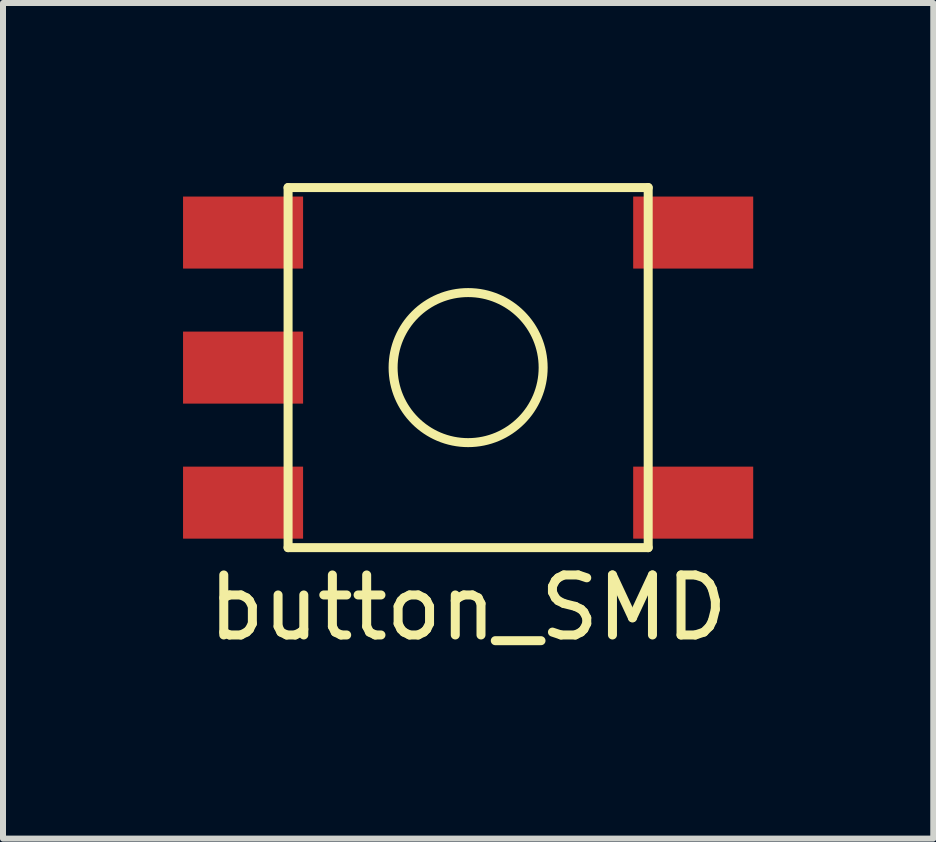
<source format=kicad_pcb>
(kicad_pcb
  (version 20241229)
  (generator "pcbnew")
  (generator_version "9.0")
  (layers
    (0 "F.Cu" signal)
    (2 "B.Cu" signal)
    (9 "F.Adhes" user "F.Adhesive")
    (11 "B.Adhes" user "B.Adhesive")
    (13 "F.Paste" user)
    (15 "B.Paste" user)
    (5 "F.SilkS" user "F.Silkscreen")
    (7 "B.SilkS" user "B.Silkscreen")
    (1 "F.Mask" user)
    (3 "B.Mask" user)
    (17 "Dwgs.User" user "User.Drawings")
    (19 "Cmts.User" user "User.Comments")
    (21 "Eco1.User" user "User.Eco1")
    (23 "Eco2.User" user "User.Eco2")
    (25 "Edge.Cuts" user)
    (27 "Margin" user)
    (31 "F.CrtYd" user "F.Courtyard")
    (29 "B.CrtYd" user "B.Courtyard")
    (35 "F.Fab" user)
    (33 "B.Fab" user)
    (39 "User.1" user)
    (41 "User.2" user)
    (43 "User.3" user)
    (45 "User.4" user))
  (footprint "button_SMD"
    (layer "F.Cu")
    (at 4.75 3.075)
    (property "Reference" "button_SMD" (at 0 4 0) (layer "F.SilkS") (effects (font (size 1 1) (thickness 0.15))))
    (attr through_hole)
    (fp_line (start -3 -3) (end -3 3) (stroke (width 0.15) (type solid)) (layer "F.SilkS"))
    (fp_line (start -3 -3) (end 3 -3) (stroke (width 0.15) (type solid)) (layer "F.SilkS"))
    (fp_line (start -3 3) (end 3 3) (stroke (width 0.15) (type solid)) (layer "F.SilkS"))
    (fp_line (start 3 -3) (end 3 3) (stroke (width 0.15) (type solid)) (layer "F.SilkS"))
    (fp_circle (center 0 0) (end 1.25 0) (stroke (width 0.15) (type solid)) (fill no) (layer "F.SilkS"))
    (pad "1" smd rect (at -3.75 -2.25) (size 2 1.2) (layers "F.Cu" "F.Mask" "F.Paste"))
    (pad "1" smd rect (at 3.75 -2.25) (size 2 1.2) (layers "F.Cu" "F.Mask" "F.Paste"))
    (pad "2" smd rect (at -3.75 2.25) (size 2 1.2) (layers "F.Cu" "F.Mask" "F.Paste"))
    (pad "2" smd rect (at 3.75 2.25) (size 2 1.2) (layers "F.Cu" "F.Mask" "F.Paste"))
    (pad "3" smd rect (at -3.75 0) (size 2 1.2) (layers "F.Cu" "F.Mask" "F.Paste")))
  (gr_rect
    (start -3 -3)
    (end 12.5 10.923)
    (stroke (width 0.1) (type default))
    (fill no)
    (layer "Edge.Cuts")))
</source>
